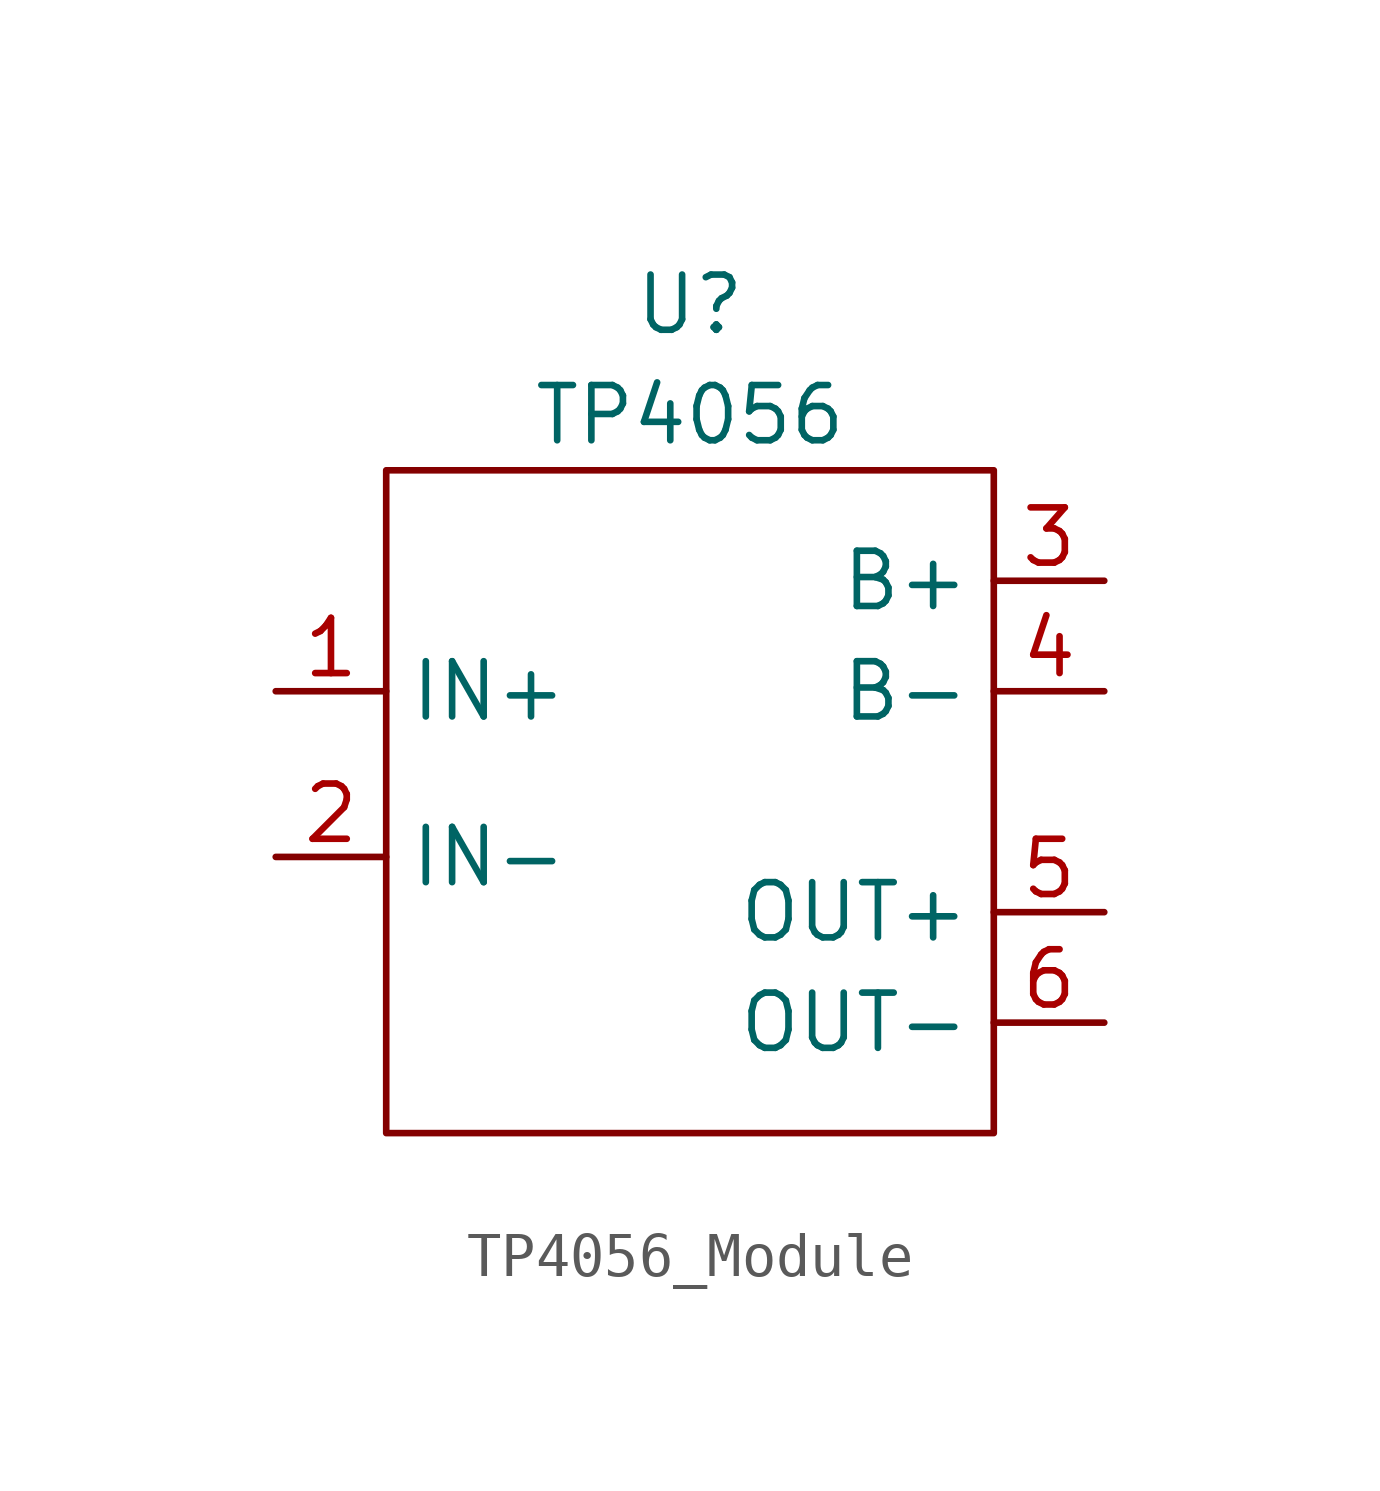
<source format=kicad_sym>
(kicad_symbol_lib
  (version 20241209)
  (generator "kicad_symbol_editor")
  (generator_version "9.0")
  (symbol "TP4056_Module"
    (property "Reference" "U"
      (at 0 11.43 0)
      (effects (font (size 1.27 1.27))))
    (property "Value" "TP4056"
      (at 0 8.89 0)
      (effects (font (size 1.27 1.27))))
    (symbol "TP4056_Module_0_1"
      (rectangle (start -6.985 7.62) (end 6.985 -7.62) (stroke (width 0) (type default)) (fill (type none))))
    (symbol "TP4056_Module_1_1"
      (pin power_in line (at -9.525 2.54 0) (length 2.54) (name "IN+" (effects (font (size 1.27 1.27)))) (number "1" (effects (font (size 1.27 1.27)))))
      (pin power_in line (at -9.525 -1.27 0) (length 2.54) (name "IN-" (effects (font (size 1.27 1.27)))) (number "2" (effects (font (size 1.27 1.27)))))
      (pin power_out line (at 9.525 5.08 180) (length 2.54) (name "B+" (effects (font (size 1.27 1.27)))) (number "3" (effects (font (size 1.27 1.27)))))
      (pin power_out line (at 9.525 2.54 180) (length 2.54) (name "B-" (effects (font (size 1.27 1.27)))) (number "4" (effects (font (size 1.27 1.27)))))
      (pin power_out line (at 9.525 -2.54 180) (length 2.54) (name "OUT+" (effects (font (size 1.27 1.27)))) (number "5" (effects (font (size 1.27 1.27)))))
      (pin power_out line (at 9.525 -5.08 180) (length 2.54) (name "OUT-" (effects (font (size 1.27 1.27)))) (number "6" (effects (font (size 1.27 1.27))))))))
</source>
